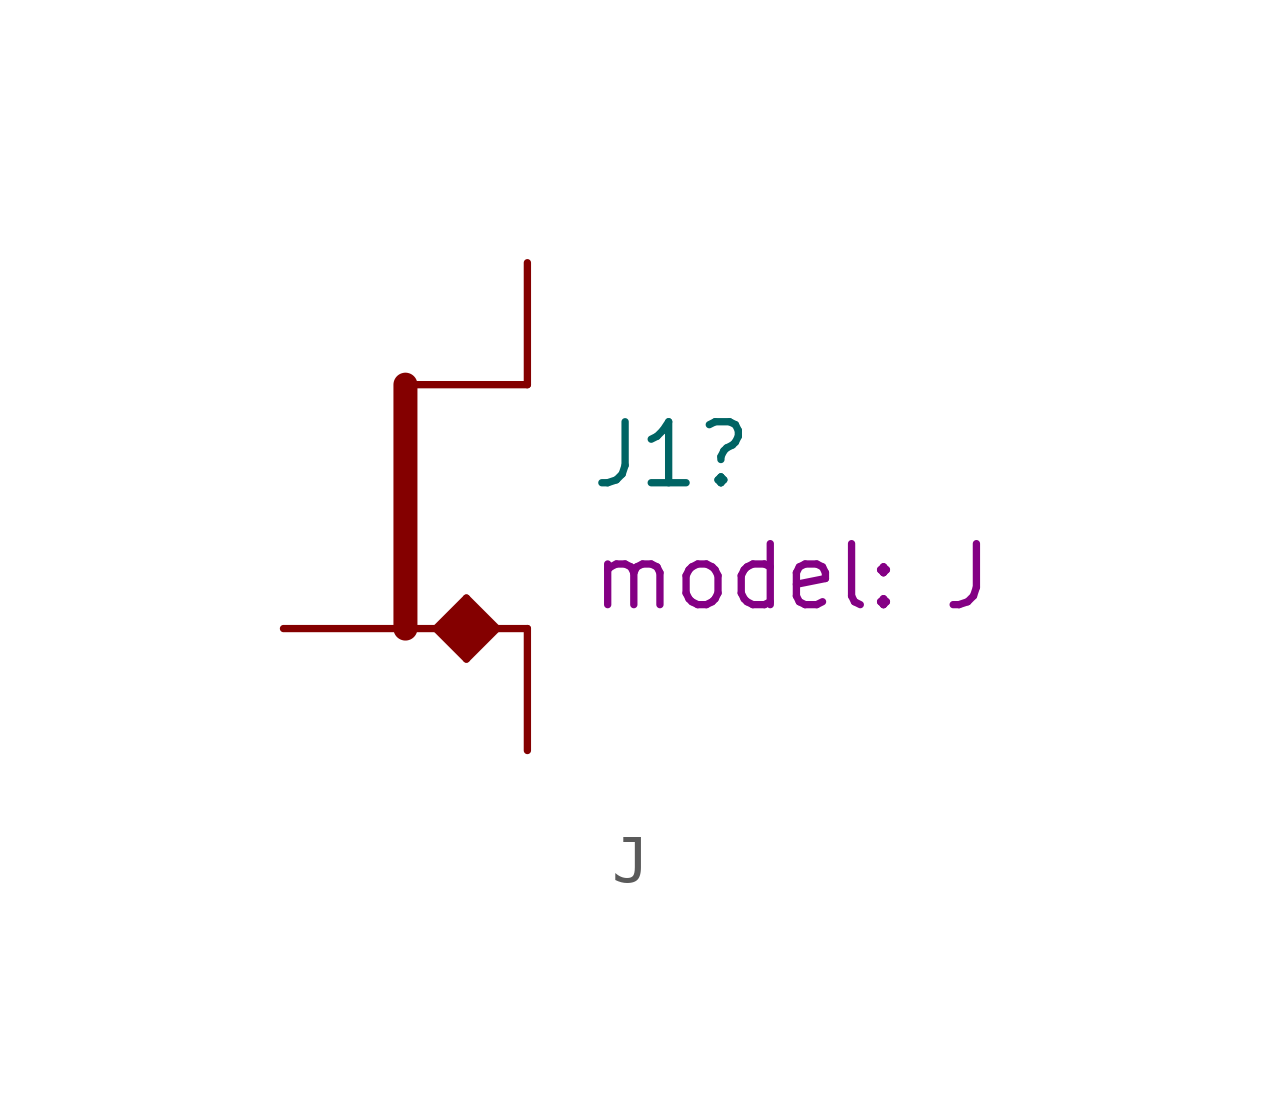
<source format=kicad_sym>
(kicad_symbol_lib
  (version 20231120)
  (generator "kicad_symbol_editor")
  (generator_version "8.0")
  (symbol "J"
    (pin_numbers hide)
    (pin_names
      (offset 0) hide)
    (property "Reference" "J1"
      (at 1.27 1.077 0)
      (effects (font (size 1.27 1.27)) (justify left)))
    (property "model" "J"
      (at 1.27 -1.462 0)
      (show_name)
      (effects (font (size 1.27 1.27)) (justify left)))
    (symbol "J_0_1"
      (polyline (pts (xy -1.905 -2.54) (xy -1.27 -1.905) (xy -1.27 -3.175) (xy -1.905 -2.54)) (stroke (width 0) (type solid)) (fill (type outline)))
      (polyline (pts (xy -0.635 -2.54) (xy -1.27 -1.905) (xy -1.27 -3.175) (xy -0.635 -2.54)) (stroke (width 0) (type solid)) (fill (type outline))))
    (symbol "J_1_0"
      (pin unspecified line (at 0 5.08 270) (length 2.54) (name "D" (effects (font (size 1.27 1.27)))) (number "1" (effects (font (size 1.27 1.27)))))
      (pin unspecified line (at -5.08 -2.54 0) (length 2.54) (name "G" (effects (font (size 1.27 1.27)))) (number "2" (effects (font (size 1.27 1.27)))))
      (pin unspecified line (at 0 -5.08 90) (length 2.54) (name "S" (effects (font (size 1.27 1.27)))) (number "3" (effects (font (size 1.27 1.27))))))
    (symbol "J_1_1"
      (polyline (pts (xy -2.54 -2.54) (xy -2.54 2.54)) (stroke (width 0.5) (type solid)) (fill (type none)))
      (polyline (pts (xy 0 -2.54) (xy -2.54 -2.54)) (stroke (width 0) (type default)) (fill (type none)))
      (polyline (pts (xy 0 2.54) (xy -2.54 2.54)) (stroke (width 0) (type default)) (fill (type none))))))
</source>
